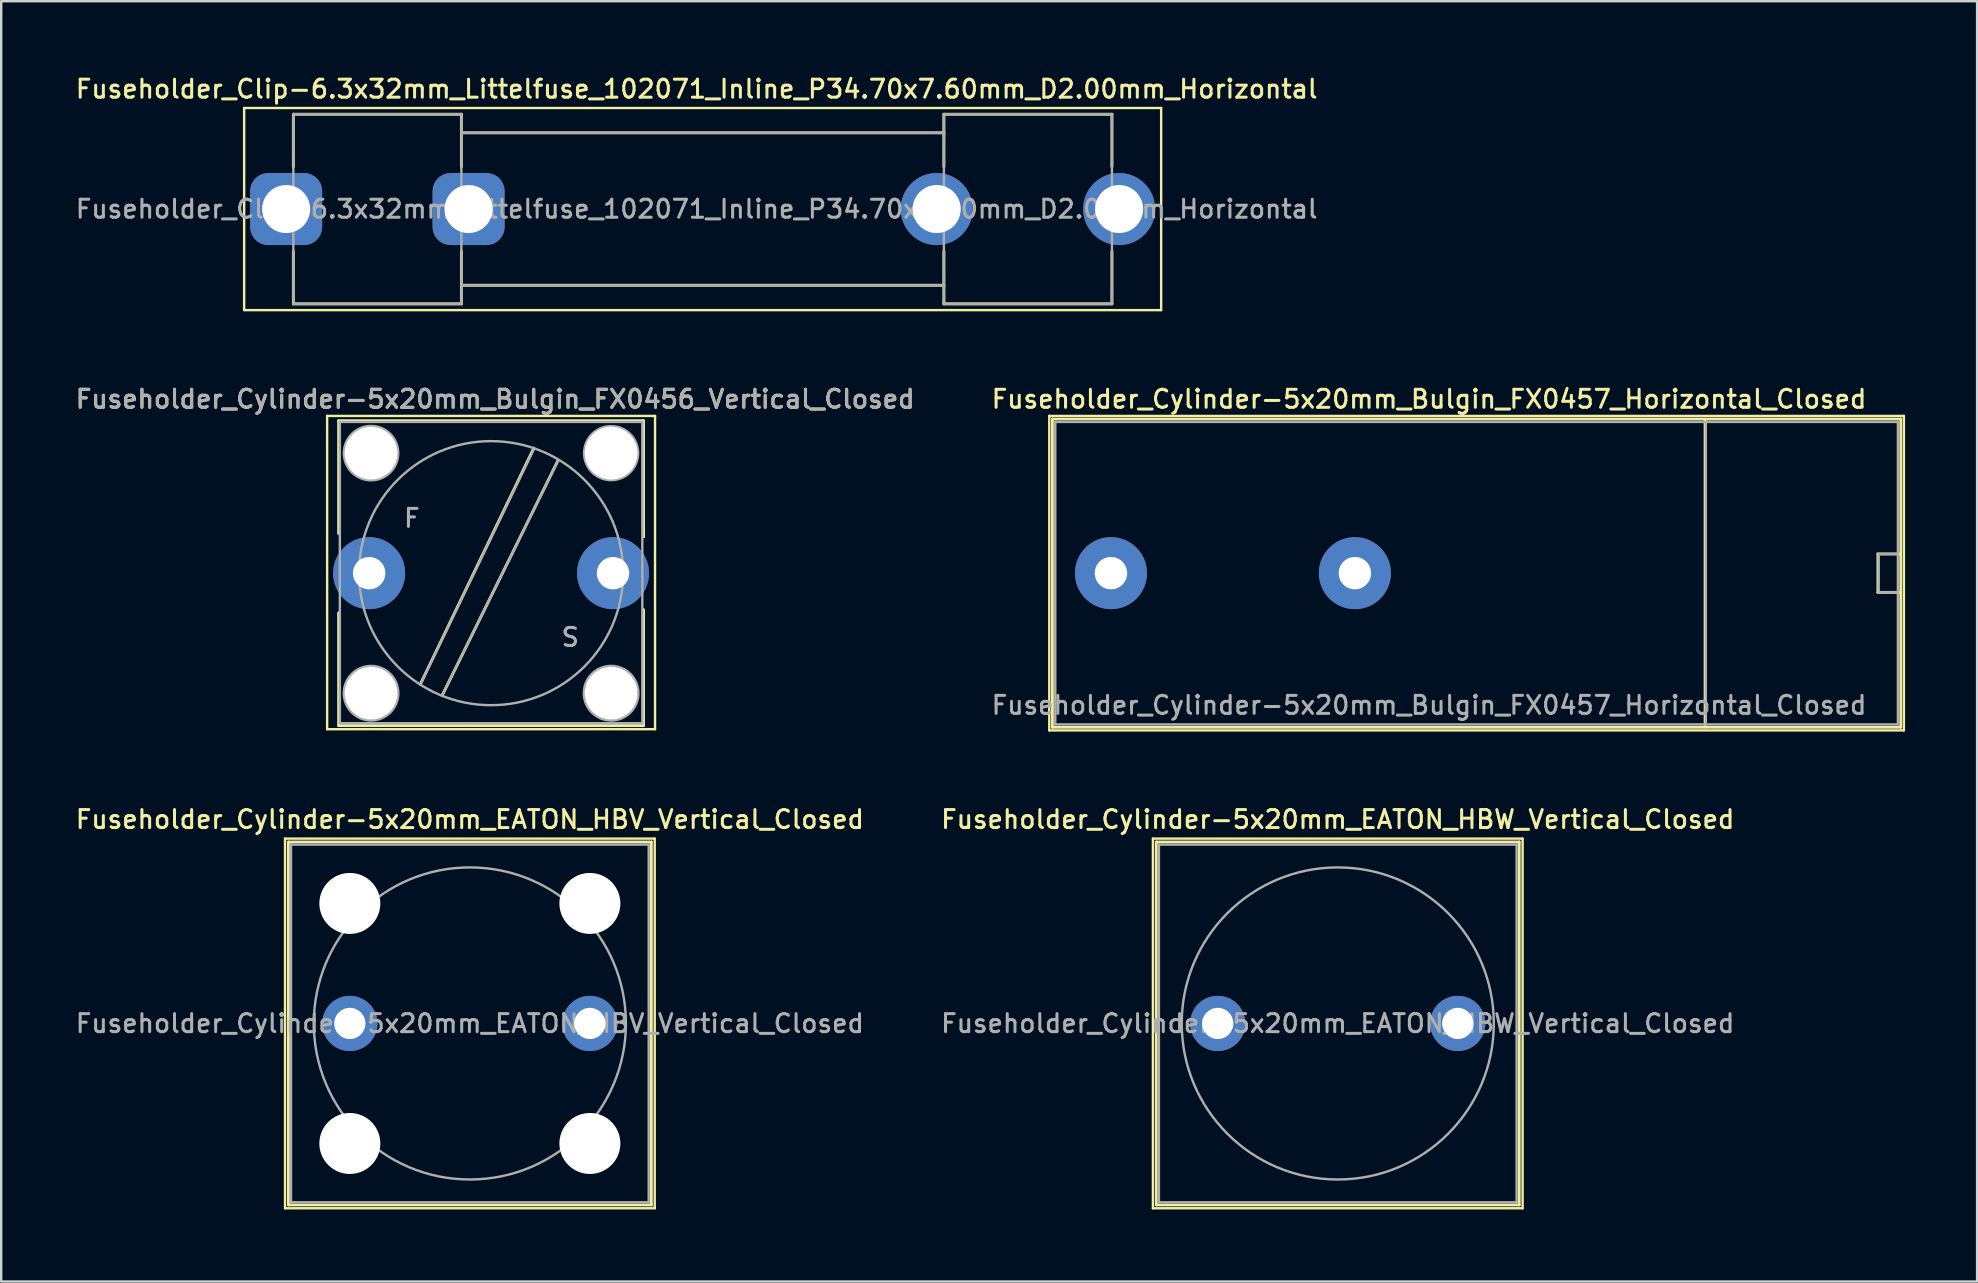
<source format=kicad_pcb>
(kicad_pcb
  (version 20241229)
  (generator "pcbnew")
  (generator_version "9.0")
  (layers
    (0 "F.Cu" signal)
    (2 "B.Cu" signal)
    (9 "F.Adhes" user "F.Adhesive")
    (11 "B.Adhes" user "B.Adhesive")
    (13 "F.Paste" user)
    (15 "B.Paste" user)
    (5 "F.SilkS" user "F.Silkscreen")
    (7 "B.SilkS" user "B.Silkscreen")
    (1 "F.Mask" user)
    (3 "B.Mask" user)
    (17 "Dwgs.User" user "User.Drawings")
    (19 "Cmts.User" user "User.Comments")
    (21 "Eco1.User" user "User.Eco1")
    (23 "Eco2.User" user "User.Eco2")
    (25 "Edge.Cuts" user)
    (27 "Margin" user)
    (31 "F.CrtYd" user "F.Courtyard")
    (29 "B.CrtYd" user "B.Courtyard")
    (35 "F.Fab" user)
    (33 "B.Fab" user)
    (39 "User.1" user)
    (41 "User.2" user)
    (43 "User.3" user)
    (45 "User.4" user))
  (footprint "Fuseholder_Cylinder-5x20mm_EATON_HBV_Vertical_Closed"
    (layer "F.Cu")
    (at 11.523 39.584)
    (property "Reference" "Fuseholder_Cylinder-5x20mm_EATON_HBV_Vertical_Closed" (at 5 -8.5 0) (layer "F.SilkS") (effects (font (size 0.75 0.75) (thickness 0.125))))
    (attr through_hole)
    (fp_line (start -2.7 -7.7) (end 12.7 -7.7) (stroke (width 0.1) (type solid)) (layer "F.SilkS"))
    (fp_line (start -2.7 7.7) (end -2.7 -7.7) (stroke (width 0.1) (type solid)) (layer "F.SilkS"))
    (fp_line (start -2.56 -7.56) (end 12.56 -7.56) (stroke (width 0.12) (type solid)) (layer "F.SilkS"))
    (fp_line (start -2.56 7.56) (end -2.56 -7.56) (stroke (width 0.12) (type solid)) (layer "F.SilkS"))
    (fp_line (start 12.56 -7.56) (end 12.56 7.56) (stroke (width 0.12) (type solid)) (layer "F.SilkS"))
    (fp_line (start 12.56 7.56) (end -2.56 7.56) (stroke (width 0.12) (type solid)) (layer "F.SilkS"))
    (fp_line (start 12.7 -7.7) (end 12.7 7.7) (stroke (width 0.1) (type solid)) (layer "F.SilkS"))
    (fp_line (start 12.7 7.7) (end -2.7 7.7) (stroke (width 0.1) (type solid)) (layer "F.SilkS"))
    (fp_line (start -2.45 -7.45) (end 12.45 -7.45) (stroke (width 0.1) (type solid)) (layer "F.Fab"))
    (fp_line (start -2.45 7.45) (end -2.45 -7.45) (stroke (width 0.1) (type solid)) (layer "F.Fab"))
    (fp_line (start 12.45 -7.45) (end 12.45 7.45) (stroke (width 0.1) (type solid)) (layer "F.Fab"))
    (fp_line (start 12.45 7.45) (end -2.45 7.45) (stroke (width 0.1) (type solid)) (layer "F.Fab"))
    (fp_circle (center 5 0) (end 11.5 0) (stroke (width 0.1) (type solid)) (fill no) (layer "F.Fab"))
    (fp_text user "${REFERENCE}" (at 5 0 0) (layer "F.Fab") (effects (font (size 0.75 0.75) (thickness 0.125))))
    (pad "" np_thru_hole circle (at 0 -5) (size 2.54 2.54) (drill 2.54) (layers "*.Cu" "*.Mask"))
    (pad "" np_thru_hole circle (at 0 5) (size 2.54 2.54) (drill 2.54) (layers "*.Cu" "*.Mask"))
    (pad "" np_thru_hole circle (at 10 -5) (size 2.54 2.54) (drill 2.54) (layers "*.Cu" "*.Mask"))
    (pad "" np_thru_hole circle (at 10 5) (size 2.54 2.54) (drill 2.54) (layers "*.Cu" "*.Mask"))
    (pad "1" thru_hole circle (at 0 0) (size 2.3 2.3) (drill 1.3) (layers "*.Cu" "*.Mask"))
    (pad "2" thru_hole circle (at 10 0) (size 2.3 2.3) (drill 1.3) (layers "*.Cu" "*.Mask")))
  (footprint "Fuseholder_Cylinder-5x20mm_Bulgin_FX0457_Horizontal_Closed"
    (layer "F.Cu")
    (at 43.23 20.826)
    (property "Reference" "Fuseholder_Cylinder-5x20mm_Bulgin_FX0457_Horizontal_Closed" (at 13.25 -7.25 0) (layer "F.SilkS") (effects (font (size 0.75 0.75) (thickness 0.125))))
    (attr through_hole)
    (fp_line (start -2.57 -6.55) (end -2.57 6.55) (stroke (width 0.1) (type solid)) (layer "F.SilkS"))
    (fp_line (start -2.57 -6.55) (end 33.03 -6.55) (stroke (width 0.1) (type solid)) (layer "F.SilkS"))
    (fp_line (start -2.44 -6.42) (end -2.44 6.42) (stroke (width 0.12) (type solid)) (layer "F.SilkS"))
    (fp_line (start -2.44 -6.42) (end 32.9 -6.42) (stroke (width 0.12) (type solid)) (layer "F.SilkS"))
    (fp_line (start 24.75 -6.4) (end 24.75 6.4) (stroke (width 0.12) (type solid)) (layer "F.SilkS"))
    (fp_line (start 31.95 -0.8) (end 31.95 0.8) (stroke (width 0.12) (type solid)) (layer "F.SilkS"))
    (fp_line (start 31.95 0.8) (end 32.85 0.8) (stroke (width 0.12) (type solid)) (layer "F.SilkS"))
    (fp_line (start 32.85 -0.8) (end 31.95 -0.8) (stroke (width 0.12) (type solid)) (layer "F.SilkS"))
    (fp_line (start 32.9 6.42) (end -2.44 6.42) (stroke (width 0.12) (type solid)) (layer "F.SilkS"))
    (fp_line (start 32.9 6.42) (end 32.9 -6.42) (stroke (width 0.12) (type solid)) (layer "F.SilkS"))
    (fp_line (start 33.03 6.55) (end -2.57 6.55) (stroke (width 0.1) (type solid)) (layer "F.SilkS"))
    (fp_line (start 33.03 6.55) (end 33.03 -6.55) (stroke (width 0.1) (type solid)) (layer "F.SilkS"))
    (fp_line (start -2.32 6.3) (end -2.32 -6.3) (stroke (width 0.1) (type solid)) (layer "F.Fab"))
    (fp_line (start -2.32 6.3) (end 32.78 6.3) (stroke (width 0.1) (type solid)) (layer "F.Fab"))
    (fp_line (start 24.78 6.3) (end 24.78 -6.3) (stroke (width 0.1) (type solid)) (layer "F.Fab"))
    (fp_line (start 31.98 -0.8) (end 31.98 0.8) (stroke (width 0.1) (type solid)) (layer "F.Fab"))
    (fp_line (start 31.98 0.8) (end 32.78 0.8) (stroke (width 0.1) (type solid)) (layer "F.Fab"))
    (fp_line (start 32.78 -6.3) (end -2.32 -6.3) (stroke (width 0.1) (type solid)) (layer "F.Fab"))
    (fp_line (start 32.78 -0.8) (end 31.98 -0.8) (stroke (width 0.1) (type solid)) (layer "F.Fab"))
    (fp_line (start 32.78 6.3) (end 32.78 -6.3) (stroke (width 0.1) (type solid)) (layer "F.Fab"))
    (fp_text user "${REFERENCE}" (at 13.25 5.5 0) (layer "F.Fab") (effects (font (size 0.75 0.75) (thickness 0.125))))
    (pad "1" thru_hole circle (at 0 0) (size 3 3) (drill 1.35) (layers "*.Cu" "*.Mask"))
    (pad "2" thru_hole circle (at 10.16 0) (size 3 3) (drill 1.35) (layers "*.Cu" "*.Mask")))
  (footprint "Fuseholder_Clip-6.3x32mm_Littelfuse_102071_Inline_P34.70x7.60mm_D2.00mm_Horizontal"
    (layer "F.Cu")
    (at 8.87 5.658)
    (property "Reference" "Fuseholder_Clip-6.3x32mm_Littelfuse_102071_Inline_P34.70x7.60mm_D2.00mm_Horizontal" (at 17.1 -5 0) (layer "F.SilkS") (effects (font (size 0.75 0.75) (thickness 0.125))))
    (attr through_hole)
    (fp_line (start -1.75 -4.21) (end -1.75 4.21) (stroke (width 0.1) (type solid)) (layer "F.SilkS"))
    (fp_line (start -1.75 -4.21) (end 36.45 -4.21) (stroke (width 0.1) (type solid)) (layer "F.SilkS"))
    (fp_line (start 0.3 -3.95) (end 0.3 -1.765) (stroke (width 0.12) (type solid)) (layer "F.SilkS"))
    (fp_line (start 0.3 3.95) (end 0.3 1.765) (stroke (width 0.12) (type solid)) (layer "F.SilkS"))
    (fp_line (start 7.3 -3.95) (end 0.3 -3.95) (stroke (width 0.12) (type solid)) (layer "F.SilkS"))
    (fp_line (start 7.3 -3.95) (end 7.3 -1.765) (stroke (width 0.12) (type solid)) (layer "F.SilkS"))
    (fp_line (start 7.3 3.95) (end 0.3 3.95) (stroke (width 0.12) (type solid)) (layer "F.SilkS"))
    (fp_line (start 7.3 3.95) (end 7.3 1.765) (stroke (width 0.12) (type solid)) (layer "F.SilkS"))
    (fp_line (start 27.4 -3.95) (end 27.4 -1.765) (stroke (width 0.12) (type solid)) (layer "F.SilkS"))
    (fp_line (start 27.4 -3.175) (end 7.3 -3.175) (stroke (width 0.12) (type solid)) (layer "F.SilkS"))
    (fp_line (start 27.4 3.175) (end 7.3 3.175) (stroke (width 0.12) (type solid)) (layer "F.SilkS"))
    (fp_line (start 27.4 3.95) (end 27.4 1.765) (stroke (width 0.12) (type solid)) (layer "F.SilkS"))
    (fp_line (start 27.4 3.95) (end 34.4 3.95) (stroke (width 0.12) (type solid)) (layer "F.SilkS"))
    (fp_line (start 34.4 -3.95) (end 27.4 -3.95) (stroke (width 0.12) (type solid)) (layer "F.SilkS"))
    (fp_line (start 34.4 -1.765) (end 34.4 -3.95) (stroke (width 0.12) (type solid)) (layer "F.SilkS"))
    (fp_line (start 34.4 1.765) (end 34.4 3.95) (stroke (width 0.12) (type solid)) (layer "F.SilkS"))
    (fp_line (start 36.45 4.21) (end -1.75 4.21) (stroke (width 0.1) (type solid)) (layer "F.SilkS"))
    (fp_line (start 36.45 4.21) (end 36.45 -4.21) (stroke (width 0.1) (type solid)) (layer "F.SilkS"))
    (fp_line (start 0.3 -3.95) (end 7.3 -3.95) (stroke (width 0.1) (type solid)) (layer "F.Fab"))
    (fp_line (start 0.3 3.95) (end 0.3 -3.95) (stroke (width 0.1) (type solid)) (layer "F.Fab"))
    (fp_line (start 7.3 -3.95) (end 7.3 3.95) (stroke (width 0.1) (type solid)) (layer "F.Fab"))
    (fp_line (start 7.3 -3.175) (end 27.4 -3.175) (stroke (width 0.1) (type solid)) (layer "F.Fab"))
    (fp_line (start 7.3 3.95) (end 0.3 3.95) (stroke (width 0.1) (type solid)) (layer "F.Fab"))
    (fp_line (start 27.4 -3.95) (end 27.4 3.95) (stroke (width 0.1) (type solid)) (layer "F.Fab"))
    (fp_line (start 27.4 3.175) (end 7.3 3.175) (stroke (width 0.1) (type solid)) (layer "F.Fab"))
    (fp_line (start 27.4 3.95) (end 34.4 3.95) (stroke (width 0.1) (type solid)) (layer "F.Fab"))
    (fp_line (start 34.4 -3.95) (end 27.4 -3.95) (stroke (width 0.1) (type solid)) (layer "F.Fab"))
    (fp_line (start 34.4 3.95) (end 34.4 -3.95) (stroke (width 0.1) (type solid)) (layer "F.Fab"))
    (fp_text user "${REFERENCE}" (at 17.1 0 0) (layer "F.Fab") (effects (font (size 0.75 0.75) (thickness 0.125))))
    (pad "1" thru_hole roundrect (at 0 0) (size 3 3) (drill 2) (layers "*.Cu" "*.Mask") (roundrect_rratio 0.25))
    (pad "1" thru_hole roundrect (at 7.6 0) (size 3 3) (drill 2) (layers "*.Cu" "*.Mask") (roundrect_rratio 0.25))
    (pad "2" thru_hole circle (at 27.1 0) (size 3 3) (drill 2) (layers "*.Cu" "*.Mask"))
    (pad "2" thru_hole circle (at 34.7 0) (size 3 3) (drill 2) (layers "*.Cu" "*.Mask")))
  (footprint "Fuseholder_Cylinder-5x20mm_Bulgin_FX0456_Vertical_Closed"
    (layer "F.Cu")
    (at 12.327 20.826)
    (property "Reference" "Fuseholder_Cylinder-5x20mm_Bulgin_FX0456_Vertical_Closed" (at 5.25 -7.25 0) (layer "F.SilkS") (effects (font (size 0.75 0.75) (thickness 0.125))))
    (attr through_hole)
    (fp_line (start -1.75 -6.55) (end -1.75 6.5) (stroke (width 0.1) (type solid)) (layer "F.SilkS"))
    (fp_line (start -1.75 -6.55) (end 11.91 -6.55) (stroke (width 0.1) (type solid)) (layer "F.SilkS"))
    (fp_line (start -1.27 -6.35) (end -1.27 -1.65) (stroke (width 0.12) (type solid)) (layer "F.SilkS"))
    (fp_line (start -1.27 6.35) (end -1.27 1.65) (stroke (width 0.12) (type solid)) (layer "F.SilkS"))
    (fp_line (start -1.27 6.35) (end 11.43 6.35) (stroke (width 0.12) (type solid)) (layer "F.SilkS"))
    (fp_line (start 6.86 -5.21) (end 2.16 4.57) (stroke (width 0.12) (type solid)) (layer "F.SilkS"))
    (fp_line (start 7.87 -4.7) (end 3.05 5.08) (stroke (width 0.12) (type solid)) (layer "F.SilkS"))
    (fp_line (start 11.43 -6.35) (end -1.27 -6.35) (stroke (width 0.12) (type solid)) (layer "F.SilkS"))
    (fp_line (start 11.43 -6.35) (end 11.43 -1.52) (stroke (width 0.12) (type solid)) (layer "F.SilkS"))
    (fp_line (start 11.43 -1.52) (end 11.43 -1.65) (stroke (width 0.12) (type solid)) (layer "F.SilkS"))
    (fp_line (start 11.43 6.35) (end 11.43 1.52) (stroke (width 0.12) (type solid)) (layer "F.SilkS"))
    (fp_line (start 11.91 6.5) (end -1.75 6.5) (stroke (width 0.1) (type solid)) (layer "F.SilkS"))
    (fp_line (start 11.91 6.5) (end 11.91 -6.55) (stroke (width 0.1) (type solid)) (layer "F.SilkS"))
    (fp_line (start -1.22 -6.3) (end -1.22 6.25) (stroke (width 0.1) (type solid)) (layer "F.Fab"))
    (fp_line (start -1.22 6.25) (end 11.38 6.25) (stroke (width 0.1) (type solid)) (layer "F.Fab"))
    (fp_line (start 3.03 5.1) (end 7.88 -4.7) (stroke (width 0.1) (type solid)) (layer "F.Fab"))
    (fp_line (start 6.88 -5.2) (end 2.13 4.65) (stroke (width 0.1) (type solid)) (layer "F.Fab"))
    (fp_line (start 11.38 -6.3) (end -1.22 -6.3) (stroke (width 0.1) (type solid)) (layer "F.Fab"))
    (fp_line (start 11.38 6.25) (end 11.38 -6.3) (stroke (width 0.1) (type solid)) (layer "F.Fab"))
    (fp_circle (center 0.08 -5) (end 0.48 -3.94) (stroke (width 0.1) (type solid)) (fill no) (layer "F.Fab"))
    (fp_circle (center 0.08 5) (end 0.58 6.02) (stroke (width 0.1) (type solid)) (fill no) (layer "F.Fab"))
    (fp_circle (center 5.08 0) (end 5.13 5.5) (stroke (width 0.1) (type solid)) (fill no) (layer "F.Fab"))
    (fp_circle (center 10.08 -5) (end 10.46 -3.94) (stroke (width 0.1) (type solid)) (fill no) (layer "F.Fab"))
    (fp_circle (center 10.08 5) (end 10.64 5.99) (stroke (width 0.1) (type solid)) (fill no) (layer "F.Fab"))
    (fp_text user "${REFERENCE}" (at 5.25 -7.25 0) (layer "F.Fab") (effects (font (size 0.75 0.75) (thickness 0.125))))
    (fp_text user "S" (at 8.38 2.67 0) (layer "F.Fab") (effects (font (size 0.75 0.75) (thickness 0.125))))
    (fp_text user "F" (at 1.78 -2.29 0) (layer "F.Fab") (effects (font (size 0.75 0.75) (thickness 0.125))))
    (pad "" np_thru_hole circle (at 0.08 -5) (size 2.2 2.2) (drill 2.2) (layers "*.Cu" "*.Mask"))
    (pad "" np_thru_hole circle (at 0.08 5) (size 2.2 2.2) (drill 2.2) (layers "*.Cu" "*.Mask"))
    (pad "" np_thru_hole circle (at 10.08 -5) (size 2.2 2.2) (drill 2.2) (layers "*.Cu" "*.Mask"))
    (pad "" np_thru_hole circle (at 10.08 5) (size 2.2 2.2) (drill 2.2) (layers "*.Cu" "*.Mask"))
    (pad "1" thru_hole circle (at 0 0) (size 3 3) (drill 1.35) (layers "*.Cu" "*.Mask"))
    (pad "2" thru_hole circle (at 10.16 0) (size 3 3) (drill 1.35) (layers "*.Cu" "*.Mask")))
  (footprint "Fuseholder_Cylinder-5x20mm_EATON_HBW_Vertical_Closed"
    (layer "F.Cu")
    (at 47.677 39.584)
    (property "Reference" "Fuseholder_Cylinder-5x20mm_EATON_HBW_Vertical_Closed" (at 5 -8.5 0) (layer "F.SilkS") (effects (font (size 0.75 0.75) (thickness 0.125))))
    (attr through_hole)
    (fp_line (start -2.7 -7.7) (end 12.7 -7.7) (stroke (width 0.1) (type solid)) (layer "F.SilkS"))
    (fp_line (start -2.7 7.7) (end -2.7 -7.7) (stroke (width 0.1) (type solid)) (layer "F.SilkS"))
    (fp_line (start -2.56 -7.56) (end 12.56 -7.56) (stroke (width 0.12) (type solid)) (layer "F.SilkS"))
    (fp_line (start -2.56 7.56) (end -2.56 -7.56) (stroke (width 0.12) (type solid)) (layer "F.SilkS"))
    (fp_line (start 12.56 -7.56) (end 12.56 7.56) (stroke (width 0.12) (type solid)) (layer "F.SilkS"))
    (fp_line (start 12.56 7.56) (end -2.56 7.56) (stroke (width 0.12) (type solid)) (layer "F.SilkS"))
    (fp_line (start 12.7 -7.7) (end 12.7 7.7) (stroke (width 0.1) (type solid)) (layer "F.SilkS"))
    (fp_line (start 12.7 7.7) (end -2.7 7.7) (stroke (width 0.1) (type solid)) (layer "F.SilkS"))
    (fp_line (start -2.45 -7.45) (end 12.45 -7.45) (stroke (width 0.1) (type solid)) (layer "F.Fab"))
    (fp_line (start -2.45 7.45) (end -2.45 -7.45) (stroke (width 0.1) (type solid)) (layer "F.Fab"))
    (fp_line (start 12.45 -7.45) (end 12.45 7.45) (stroke (width 0.1) (type solid)) (layer "F.Fab"))
    (fp_line (start 12.45 7.45) (end -2.45 7.45) (stroke (width 0.1) (type solid)) (layer "F.Fab"))
    (fp_circle (center 5 0) (end 11.5 0) (stroke (width 0.1) (type solid)) (fill no) (layer "F.Fab"))
    (fp_text user "${REFERENCE}" (at 5 0 0) (layer "F.Fab") (effects (font (size 0.75 0.75) (thickness 0.125))))
    (pad "1" thru_hole circle (at 0 0) (size 2.3 2.3) (drill 1.3) (layers "*.Cu" "*.Mask"))
    (pad "2" thru_hole circle (at 10 0) (size 2.3 2.3) (drill 1.3) (layers "*.Cu" "*.Mask")))
  (gr_rect
    (start -3 -3)
    (end 79.31 50.334)
    (stroke (width 0.1) (type default))
    (fill no)
    (layer "Edge.Cuts")))
</source>
